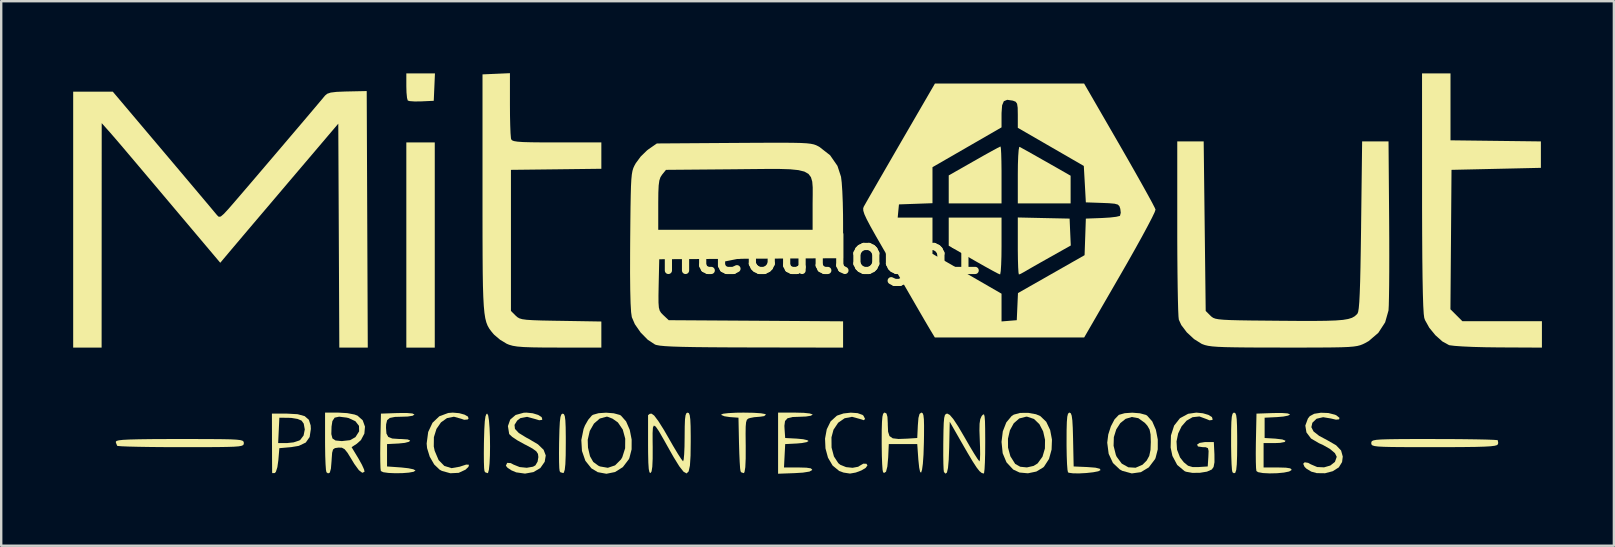
<source format=kicad_pcb>
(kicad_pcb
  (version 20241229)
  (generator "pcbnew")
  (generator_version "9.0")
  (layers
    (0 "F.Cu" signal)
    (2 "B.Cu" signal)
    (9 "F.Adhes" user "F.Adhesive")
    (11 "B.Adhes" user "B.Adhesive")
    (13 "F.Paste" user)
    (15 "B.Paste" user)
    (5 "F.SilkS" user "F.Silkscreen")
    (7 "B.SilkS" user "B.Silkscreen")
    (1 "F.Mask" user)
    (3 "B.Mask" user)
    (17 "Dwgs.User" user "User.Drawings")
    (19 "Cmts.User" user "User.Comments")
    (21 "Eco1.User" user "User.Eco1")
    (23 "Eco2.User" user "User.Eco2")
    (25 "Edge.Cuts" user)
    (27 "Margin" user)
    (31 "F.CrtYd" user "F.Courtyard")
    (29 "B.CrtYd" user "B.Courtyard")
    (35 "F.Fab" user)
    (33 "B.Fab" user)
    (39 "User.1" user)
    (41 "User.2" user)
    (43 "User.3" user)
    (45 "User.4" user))
  (footprint "miteoutlogo1"
    (layer "F.Cu")
    (at 30.522 7.543)
    (property "Reference" "miteoutlogo1" (at 0 0 0) (layer "F.SilkS") (effects (font (size 1.5 1.5) (thickness 0.3))))
    (attr board_only exclude_from_pos_files exclude_from_bom)
    (fp_poly (pts (xy -15.452 -0.381) (xy -15.452 3.895) (xy -16.044 3.895) (xy -16.637 3.895) (xy -16.637 -0.381) (xy -16.637 -4.657) (xy -16.044 -4.657) (xy -15.452 -4.657)) (stroke (width 0) (type solid)) (fill yes) (layer "F.SilkS"))
    (fp_poly (pts (xy -15.469 -6.964) (xy -15.494 -6.392) (xy -16.005 -6.368) (xy -16.287 -6.364) (xy -16.496 -6.379) (xy -16.577 -6.403) (xy -16.608 -6.513) (xy -16.63 -6.741) (xy -16.637 -6.999) (xy -16.637 -7.535) (xy -16.04 -7.535) (xy -15.444 -7.535)) (stroke (width 0) (type solid)) (fill yes) (layer "F.SilkS"))
    (fp_poly (pts (xy 8.143 -4.408) (xy 8.156 -4.189) (xy 8.165 -3.862) (xy 8.17 -3.456) (xy 8.17 -3.302) (xy 8.17 -2.117) (xy 7.07 -2.117) (xy 5.969 -2.117) (xy 5.969 -2.699) (xy 5.969 -3.282) (xy 7.027 -3.884) (xy 7.406 -4.099) (xy 7.732 -4.28) (xy 7.975 -4.412) (xy 8.11 -4.481) (xy 8.128 -4.487)) (stroke (width 0) (type solid)) (fill yes) (layer "F.SilkS"))
    (fp_poly (pts (xy 8.17 -0.339) (xy 8.166 0.087) (xy 8.154 0.445) (xy 8.137 0.704) (xy 8.115 0.835) (xy 8.107 0.844) (xy 8.014 0.804) (xy 7.804 0.693) (xy 7.503 0.527) (xy 7.141 0.322) (xy 7.006 0.245) (xy 5.969 -0.352) (xy 5.969 -0.938) (xy 5.969 -1.524) (xy 7.07 -1.524) (xy 8.17 -1.524)) (stroke (width 0) (type solid)) (fill yes) (layer "F.SilkS"))
    (fp_poly (pts (xy 9.012 -4.423) (xy 9.226 -4.305) (xy 9.529 -4.135) (xy 9.893 -3.928) (xy 10.018 -3.858) (xy 11.049 -3.27) (xy 11.049 -2.693) (xy 11.049 -2.117) (xy 9.948 -2.117) (xy 8.848 -2.117) (xy 8.848 -3.309) (xy 8.852 -3.733) (xy 8.865 -4.087) (xy 8.884 -4.341) (xy 8.908 -4.466) (xy 8.917 -4.473)) (stroke (width 0) (type solid)) (fill yes) (layer "F.SilkS"))
    (fp_poly (pts (xy 9.927 -1.505) (xy 11.007 -1.482) (xy 11.031 -0.921) (xy 11.056 -0.361) (xy 10.185 0.129) (xy 9.822 0.333) (xy 9.499 0.517) (xy 9.251 0.659) (xy 9.126 0.733) (xy 8.969 0.819) (xy 8.893 0.847) (xy 8.877 0.767) (xy 8.863 0.548) (xy 8.853 0.221) (xy 8.848 -0.185) (xy 8.848 -0.341) (xy 8.848 -1.529)) (stroke (width 0) (type solid)) (fill yes) (layer "F.SilkS"))
    (fp_poly (pts (xy -13.225 6.725) (xy -13.192 6.937) (xy -13.168 7.245) (xy -13.153 7.615) (xy -13.148 8.009) (xy -13.153 8.393) (xy -13.169 8.729) (xy -13.195 8.983) (xy -13.232 9.117) (xy -13.245 9.128) (xy -13.35 9.091) (xy -13.38 9.041) (xy -13.395 8.916) (xy -13.404 8.658) (xy -13.407 8.3) (xy -13.403 7.88) (xy -13.401 7.785) (xy -13.387 7.301) (xy -13.367 6.966) (xy -13.338 6.76) (xy -13.298 6.662) (xy -13.266 6.646)) (stroke (width 0) (type solid)) (fill yes) (layer "F.SilkS"))
    (fp_poly (pts (xy 17.914 6.627) (xy 17.95 6.712) (xy 17.972 6.882) (xy 17.985 7.161) (xy 17.991 7.572) (xy 17.992 7.874) (xy 17.988 8.394) (xy 17.975 8.762) (xy 17.951 8.996) (xy 17.911 9.113) (xy 17.854 9.131) (xy 17.794 9.088) (xy 17.774 8.987) (xy 17.757 8.749) (xy 17.745 8.405) (xy 17.738 7.987) (xy 17.738 7.818) (xy 17.74 7.333) (xy 17.749 6.994) (xy 17.767 6.776) (xy 17.797 6.655) (xy 17.841 6.608) (xy 17.865 6.604)) (stroke (width 0) (type solid)) (fill yes) (layer "F.SilkS"))
    (fp_poly (pts (xy -10.067 6.67) (xy -10.032 6.756) (xy -10.009 6.929) (xy -9.996 7.213) (xy -9.991 7.631) (xy -9.991 7.867) (xy -9.995 8.385) (xy -10.009 8.752) (xy -10.034 8.985) (xy -10.072 9.102) (xy -10.096 9.123) (xy -10.215 9.09) (xy -10.247 9.041) (xy -10.262 8.916) (xy -10.271 8.658) (xy -10.274 8.3) (xy -10.27 7.88) (xy -10.268 7.785) (xy -10.256 7.316) (xy -10.239 6.992) (xy -10.214 6.789) (xy -10.178 6.682) (xy -10.127 6.647) (xy -10.118 6.646)) (stroke (width 0) (type solid)) (fill yes) (layer "F.SilkS"))
    (fp_poly (pts (xy 11.057 6.632) (xy 11.094 6.731) (xy 11.121 6.926) (xy 11.139 7.242) (xy 11.152 7.701) (xy 11.152 7.726) (xy 11.176 8.848) (xy 11.753 8.873) (xy 12.086 8.899) (xy 12.263 8.943) (xy 12.297 8.999) (xy 12.203 9.049) (xy 11.991 9.09) (xy 11.712 9.121) (xy 11.416 9.137) (xy 11.155 9.135) (xy 10.979 9.111) (xy 10.94 9.092) (xy 10.919 8.99) (xy 10.9 8.75) (xy 10.887 8.405) (xy 10.88 7.987) (xy 10.88 7.818) (xy 10.882 7.332) (xy 10.892 6.991) (xy 10.91 6.773) (xy 10.94 6.653) (xy 10.985 6.607) (xy 11.004 6.604)) (stroke (width 0) (type solid)) (fill yes) (layer "F.SilkS"))
    (fp_poly (pts (xy -2.162 6.611) (xy -1.855 6.632) (xy -1.681 6.664) (xy -1.651 6.689) (xy -1.724 6.75) (xy -1.884 6.774) (xy -2.14 6.795) (xy -2.311 6.828) (xy -2.39 6.855) (xy -2.444 6.905) (xy -2.477 7.007) (xy -2.493 7.189) (xy -2.497 7.48) (xy -2.493 7.906) (xy -2.492 7.988) (xy -2.493 8.516) (xy -2.509 8.88) (xy -2.542 9.081) (xy -2.573 9.127) (xy -2.681 9.091) (xy -2.708 9.045) (xy -2.726 8.921) (xy -2.743 8.664) (xy -2.759 8.311) (xy -2.771 7.899) (xy -2.772 7.874) (xy -2.794 6.816) (xy -3.154 6.79) (xy -3.374 6.757) (xy -3.501 6.706) (xy -3.514 6.684) (xy -3.434 6.651) (xy -3.217 6.625) (xy -2.893 6.608) (xy -2.582 6.604)) (stroke (width 0) (type solid)) (fill yes) (layer "F.SilkS"))
    (fp_poly (pts (xy -0.073 6.613) (xy 0.175 6.639) (xy 0.291 6.678) (xy 0.296 6.689) (xy 0.22 6.734) (xy 0.021 6.766) (xy -0.191 6.775) (xy -0.54 6.788) (xy -0.75 6.84) (xy -0.854 6.955) (xy -0.88 7.155) (xy -0.873 7.29) (xy -0.847 7.662) (xy -0.36 7.688) (xy -0.098 7.713) (xy 0.078 7.754) (xy 0.127 7.789) (xy 0.05 7.834) (xy -0.149 7.872) (xy -0.36 7.891) (xy -0.847 7.916) (xy -0.872 8.403) (xy -0.897 8.89) (xy -0.294 8.89) (xy 0.037 8.899) (xy 0.221 8.927) (xy 0.278 8.979) (xy 0.275 8.996) (xy 0.167 9.061) (xy -0.109 9.105) (xy -0.451 9.126) (xy -1.143 9.151) (xy -1.143 7.877) (xy -1.143 6.604) (xy -0.423 6.604)) (stroke (width 0) (type solid)) (fill yes) (layer "F.SilkS"))
    (fp_poly (pts (xy -14.432 6.628) (xy -14.21 6.689) (xy -14.069 6.77) (xy -14.044 6.855) (xy -14.082 6.891) (xy -14.226 6.903) (xy -14.344 6.862) (xy -14.653 6.775) (xy -14.943 6.833) (xy -15.193 7.011) (xy -15.381 7.284) (xy -15.488 7.626) (xy -15.493 8.014) (xy -15.456 8.195) (xy -15.292 8.581) (xy -15.054 8.825) (xy -14.753 8.919) (xy -14.403 8.857) (xy -14.376 8.846) (xy -14.14 8.769) (xy -14.026 8.777) (xy -14.047 8.863) (xy -14.17 8.982) (xy -14.455 9.114) (xy -14.803 9.131) (xy -15.153 9.034) (xy -15.248 8.983) (xy -15.476 8.765) (xy -15.661 8.443) (xy -15.772 8.084) (xy -15.79 7.893) (xy -15.726 7.411) (xy -15.546 7.027) (xy -15.262 6.757) (xy -14.89 6.619) (xy -14.699 6.604)) (stroke (width 0) (type solid)) (fill yes) (layer "F.SilkS"))
    (fp_poly (pts (xy -25.336 7.705) (xy -24.746 7.707) (xy -24.291 7.711) (xy -23.953 7.718) (xy -23.715 7.731) (xy -23.559 7.749) (xy -23.468 7.774) (xy -23.425 7.807) (xy -23.411 7.849) (xy -23.41 7.874) (xy -23.415 7.922) (xy -23.441 7.959) (xy -23.507 7.988) (xy -23.629 8.01) (xy -23.825 8.025) (xy -24.113 8.034) (xy -24.51 8.04) (xy -25.034 8.043) (xy -25.703 8.043) (xy -26.021 8.043) (xy -26.67 8.042) (xy -27.263 8.037) (xy -27.78 8.029) (xy -28.201 8.019) (xy -28.503 8.007) (xy -28.666 7.993) (xy -28.688 7.987) (xy -28.741 7.858) (xy -28.744 7.818) (xy -28.716 7.785) (xy -28.622 7.759) (xy -28.446 7.739) (xy -28.172 7.725) (xy -27.787 7.715) (xy -27.273 7.708) (xy -26.615 7.705) (xy -26.077 7.705)) (stroke (width 0) (type solid)) (fill yes) (layer "F.SilkS"))
    (fp_poly (pts (xy 26.839 7.706) (xy 27.431 7.711) (xy 27.948 7.718) (xy 28.367 7.727) (xy 28.668 7.738) (xy 28.83 7.75) (xy 28.851 7.755) (xy 28.871 7.868) (xy 28.856 7.925) (xy 28.818 7.959) (xy 28.722 7.986) (xy 28.552 8.007) (xy 28.29 8.022) (xy 27.922 8.033) (xy 27.429 8.039) (xy 26.797 8.043) (xy 26.195 8.043) (xy 25.462 8.043) (xy 24.88 8.041) (xy 24.432 8.037) (xy 24.101 8.029) (xy 23.869 8.017) (xy 23.719 7.998) (xy 23.632 7.972) (xy 23.592 7.938) (xy 23.58 7.895) (xy 23.58 7.874) (xy 23.585 7.826) (xy 23.611 7.789) (xy 23.676 7.76) (xy 23.798 7.738) (xy 23.994 7.723) (xy 24.282 7.714) (xy 24.679 7.708) (xy 25.203 7.705) (xy 25.872 7.705) (xy 26.19 7.705)) (stroke (width 0) (type solid)) (fill yes) (layer "F.SilkS"))
    (fp_poly (pts (xy 20.09 6.637) (xy 20.191 6.675) (xy 20.193 6.681) (xy 20.116 6.728) (xy 19.915 6.768) (xy 19.664 6.79) (xy 19.135 6.816) (xy 19.135 7.239) (xy 19.135 7.662) (xy 19.579 7.688) (xy 19.874 7.723) (xy 20.005 7.775) (xy 19.973 7.828) (xy 19.781 7.865) (xy 19.558 7.874) (xy 19.092 7.874) (xy 19.092 8.382) (xy 19.092 8.89) (xy 19.692 8.89) (xy 20.022 8.899) (xy 20.204 8.927) (xy 20.26 8.98) (xy 20.257 8.996) (xy 20.158 9.058) (xy 19.939 9.103) (xy 19.652 9.13) (xy 19.344 9.137) (xy 19.065 9.123) (xy 18.864 9.086) (xy 18.793 9.039) (xy 18.778 8.915) (xy 18.769 8.657) (xy 18.766 8.3) (xy 18.77 7.88) (xy 18.772 7.785) (xy 18.796 6.646) (xy 19.494 6.622) (xy 19.85 6.619)) (stroke (width 0) (type solid)) (fill yes) (layer "F.SilkS"))
    (fp_poly (pts (xy 2.171 6.626) (xy 2.376 6.699) (xy 2.415 6.733) (xy 2.484 6.87) (xy 2.423 6.92) (xy 2.256 6.865) (xy 1.939 6.779) (xy 1.631 6.839) (xy 1.362 7.025) (xy 1.167 7.316) (xy 1.082 7.634) (xy 1.086 8.059) (xy 1.185 8.432) (xy 1.365 8.709) (xy 1.451 8.779) (xy 1.691 8.876) (xy 1.962 8.904) (xy 2.193 8.861) (xy 2.272 8.811) (xy 2.41 8.732) (xy 2.538 8.735) (xy 2.582 8.803) (xy 2.509 8.906) (xy 2.327 9.015) (xy 2.094 9.102) (xy 1.868 9.142) (xy 1.846 9.143) (xy 1.585 9.103) (xy 1.405 9.037) (xy 1.129 8.81) (xy 0.937 8.483) (xy 0.832 8.095) (xy 0.814 7.687) (xy 0.886 7.298) (xy 1.048 6.968) (xy 1.302 6.737) (xy 1.324 6.725) (xy 1.584 6.639) (xy 1.887 6.606)) (stroke (width 0) (type solid)) (fill yes) (layer "F.SilkS"))
    (fp_poly (pts (xy 26.882 -6.14) (xy 26.882 -4.745) (xy 28.765 -4.722) (xy 30.649 -4.699) (xy 30.649 -4.149) (xy 30.649 -3.598) (xy 28.787 -3.556) (xy 26.924 -3.514) (xy 26.902 -0.608) (xy 26.879 2.297) (xy 27.128 2.545) (xy 27.377 2.794) (xy 29.034 2.794) (xy 30.692 2.794) (xy 30.692 3.344) (xy 30.692 3.895) (xy 28.892 3.886) (xy 28.338 3.879) (xy 27.826 3.866) (xy 27.386 3.846) (xy 27.05 3.822) (xy 26.845 3.796) (xy 26.817 3.789) (xy 26.542 3.637) (xy 26.253 3.379) (xy 25.997 3.066) (xy 25.82 2.748) (xy 25.788 2.655) (xy 25.766 2.485) (xy 25.746 2.147) (xy 25.73 1.644) (xy 25.717 0.979) (xy 25.707 0.152) (xy 25.701 -0.834) (xy 25.697 -1.977) (xy 25.697 -2.604) (xy 25.696 -7.535) (xy 26.289 -7.535) (xy 26.882 -7.535)) (stroke (width 0) (type solid)) (fill yes) (layer "F.SilkS"))
    (fp_poly (pts (xy -21.169 6.67) (xy -20.875 6.75) (xy -20.7 6.902) (xy -20.624 7.138) (xy -20.616 7.285) (xy -20.667 7.622) (xy -20.829 7.852) (xy -21.12 7.99) (xy -21.433 8.042) (xy -21.929 8.086) (xy -21.971 8.587) (xy -22.012 8.879) (xy -22.073 9.071) (xy -22.119 9.123) (xy -22.218 9.126) (xy -22.229 9.109) (xy -22.23 9.011) (xy -22.232 8.775) (xy -22.234 8.433) (xy -22.235 8.017) (xy -22.236 7.874) (xy -21.979 7.874) (xy -21.613 7.874) (xy -21.336 7.844) (xy -21.103 7.768) (xy -21.059 7.742) (xy -20.919 7.557) (xy -20.869 7.306) (xy -20.913 7.063) (xy -21.004 6.937) (xy -21.168 6.868) (xy -21.421 6.826) (xy -21.534 6.821) (xy -21.929 6.816) (xy -21.954 7.345) (xy -21.979 7.874) (xy -22.236 7.874) (xy -22.236 7.853) (xy -22.239 6.646) (xy -21.606 6.646)) (stroke (width 0) (type solid)) (fill yes) (layer "F.SilkS"))
    (fp_poly (pts (xy -16.383 6.64) (xy -16.298 6.684) (xy -16.298 6.685) (xy -16.376 6.735) (xy -16.579 6.767) (xy -16.757 6.773) (xy -17.109 6.783) (xy -17.325 6.825) (xy -17.438 6.92) (xy -17.479 7.091) (xy -17.484 7.239) (xy -17.466 7.476) (xy -17.39 7.617) (xy -17.222 7.684) (xy -16.927 7.704) (xy -16.842 7.705) (xy -16.582 7.722) (xy -16.478 7.765) (xy -16.52 7.817) (xy -16.7 7.865) (xy -16.954 7.891) (xy -17.441 7.916) (xy -17.441 8.382) (xy -17.441 8.848) (xy -16.849 8.89) (xy -16.557 8.922) (xy -16.345 8.966) (xy -16.256 9.014) (xy -16.256 9.017) (xy -16.333 9.069) (xy -16.531 9.105) (xy -16.803 9.126) (xy -17.104 9.13) (xy -17.384 9.118) (xy -17.598 9.088) (xy -17.698 9.039) (xy -17.699 9.037) (xy -17.714 8.914) (xy -17.722 8.657) (xy -17.725 8.3) (xy -17.721 7.88) (xy -17.719 7.785) (xy -17.695 6.646) (xy -16.997 6.622) (xy -16.621 6.619)) (stroke (width 0) (type solid)) (fill yes) (layer "F.SilkS"))
    (fp_poly (pts (xy 9.605 6.672) (xy 9.785 6.748) (xy 10.033 6.986) (xy 10.196 7.328) (xy 10.272 7.729) (xy 10.256 8.146) (xy 10.148 8.536) (xy 9.944 8.852) (xy 9.909 8.887) (xy 9.621 9.06) (xy 9.27 9.133) (xy 8.921 9.101) (xy 8.655 8.976) (xy 8.376 8.675) (xy 8.218 8.298) (xy 8.17 7.825) (xy 8.186 7.691) (xy 8.438 7.691) (xy 8.441 8.064) (xy 8.539 8.425) (xy 8.738 8.74) (xy 8.74 8.742) (xy 8.948 8.86) (xy 9.227 8.888) (xy 9.507 8.825) (xy 9.675 8.72) (xy 9.878 8.439) (xy 9.978 8.099) (xy 9.983 7.736) (xy 9.904 7.386) (xy 9.747 7.085) (xy 9.523 6.869) (xy 9.241 6.775) (xy 9.198 6.773) (xy 8.907 6.848) (xy 8.679 7.049) (xy 8.519 7.341) (xy 8.438 7.691) (xy 8.186 7.691) (xy 8.223 7.386) (xy 8.368 7.014) (xy 8.589 6.748) (xy 8.68 6.688) (xy 8.942 6.617) (xy 9.277 6.613)) (stroke (width 0) (type solid)) (fill yes) (layer "F.SilkS"))
    (fp_poly (pts (xy 21.791 6.621) (xy 22.069 6.692) (xy 22.131 6.722) (xy 22.255 6.822) (xy 22.239 6.885) (xy 22.108 6.898) (xy 21.895 6.848) (xy 21.573 6.795) (xy 21.3 6.859) (xy 21.125 7.026) (xy 21.083 7.211) (xy 21.173 7.388) (xy 21.406 7.572) (xy 21.751 7.756) (xy 22.113 7.964) (xy 22.322 8.183) (xy 22.392 8.436) (xy 22.363 8.665) (xy 22.227 8.886) (xy 21.975 9.046) (xy 21.653 9.131) (xy 21.306 9.126) (xy 21.079 9.063) (xy 20.885 8.946) (xy 20.8 8.865) (xy 20.742 8.735) (xy 20.805 8.674) (xy 20.951 8.698) (xy 21.058 8.758) (xy 21.325 8.872) (xy 21.612 8.885) (xy 21.874 8.809) (xy 22.065 8.659) (xy 22.14 8.447) (xy 22.14 8.445) (xy 22.065 8.293) (xy 21.86 8.119) (xy 21.56 7.949) (xy 21.397 7.877) (xy 21.069 7.683) (xy 20.878 7.429) (xy 20.831 7.144) (xy 20.938 6.853) (xy 21.017 6.752) (xy 21.2 6.653) (xy 21.48 6.609)) (stroke (width 0) (type solid)) (fill yes) (layer "F.SilkS"))
    (fp_poly (pts (xy -7.993 6.632) (xy -7.743 6.699) (xy -7.692 6.728) (xy -7.478 6.97) (xy -7.326 7.32) (xy -7.246 7.726) (xy -7.248 8.137) (xy -7.341 8.499) (xy -7.364 8.548) (xy -7.613 8.875) (xy -7.937 9.08) (xy -8.298 9.153) (xy -8.66 9.086) (xy -8.923 8.927) (xy -9.175 8.611) (xy -9.317 8.203) (xy -9.344 7.746) (xy -9.342 7.737) (xy -9.077 7.737) (xy -9.066 8.063) (xy -8.981 8.424) (xy -8.846 8.661) (xy -8.636 8.815) (xy -8.567 8.847) (xy -8.239 8.904) (xy -7.938 8.803) (xy -7.691 8.556) (xy -7.636 8.462) (xy -7.518 8.091) (xy -7.514 7.688) (xy -7.616 7.311) (xy -7.816 7.018) (xy -7.829 7.006) (xy -8.043 6.856) (xy -8.248 6.777) (xy -8.287 6.773) (xy -8.575 6.851) (xy -8.817 7.061) (xy -8.992 7.368) (xy -9.077 7.737) (xy -9.342 7.737) (xy -9.249 7.283) (xy -9.192 7.14) (xy -9.057 6.903) (xy -8.909 6.73) (xy -8.86 6.695) (xy -8.625 6.628) (xy -8.311 6.607)) (stroke (width 0) (type solid)) (fill yes) (layer "F.SilkS"))
    (fp_poly (pts (xy 4.881 6.627) (xy 4.914 6.711) (xy 4.934 6.881) (xy 4.941 7.159) (xy 4.939 7.57) (xy 4.934 7.853) (xy 4.918 8.354) (xy 4.891 8.736) (xy 4.856 8.989) (xy 4.818 9.105) (xy 4.777 9.077) (xy 4.738 8.897) (xy 4.702 8.556) (xy 4.699 8.509) (xy 4.657 7.916) (xy 4.064 7.916) (xy 3.471 7.916) (xy 3.446 8.467) (xy 3.412 8.85) (xy 3.356 9.067) (xy 3.276 9.118) (xy 3.233 9.089) (xy 3.212 8.988) (xy 3.195 8.749) (xy 3.182 8.405) (xy 3.176 7.987) (xy 3.175 7.818) (xy 3.177 7.333) (xy 3.187 6.994) (xy 3.205 6.776) (xy 3.234 6.655) (xy 3.278 6.608) (xy 3.302 6.604) (xy 3.376 6.643) (xy 3.415 6.782) (xy 3.429 7.052) (xy 3.429 7.11) (xy 3.442 7.401) (xy 3.5 7.581) (xy 3.636 7.675) (xy 3.879 7.703) (xy 4.239 7.689) (xy 4.657 7.662) (xy 4.682 7.133) (xy 4.707 6.826) (xy 4.752 6.659) (xy 4.824 6.604) (xy 4.832 6.604)) (stroke (width 0) (type solid)) (fill yes) (layer "F.SilkS"))
    (fp_poly (pts (xy 13.936 6.632) (xy 14.186 6.699) (xy 14.236 6.728) (xy 14.451 6.97) (xy 14.603 7.32) (xy 14.682 7.726) (xy 14.681 8.137) (xy 14.588 8.499) (xy 14.564 8.548) (xy 14.307 8.887) (xy 13.976 9.086) (xy 13.599 9.138) (xy 13.208 9.033) (xy 13.097 8.972) (xy 12.813 8.703) (xy 12.635 8.32) (xy 12.592 7.987) (xy 12.84 7.987) (xy 12.934 8.365) (xy 12.968 8.443) (xy 13.18 8.729) (xy 13.455 8.883) (xy 13.757 8.901) (xy 14.045 8.777) (xy 14.218 8.604) (xy 14.326 8.409) (xy 14.379 8.158) (xy 14.392 7.829) (xy 14.382 7.517) (xy 14.341 7.313) (xy 14.251 7.154) (xy 14.143 7.031) (xy 13.872 6.836) (xy 13.599 6.787) (xy 13.343 6.863) (xy 13.12 7.042) (xy 12.951 7.304) (xy 12.851 7.626) (xy 12.84 7.987) (xy 12.592 7.987) (xy 12.575 7.856) (xy 12.618 7.516) (xy 12.728 7.174) (xy 12.88 6.885) (xy 13.053 6.704) (xy 13.068 6.695) (xy 13.304 6.628) (xy 13.618 6.607)) (stroke (width 0) (type solid)) (fill yes) (layer "F.SilkS"))
    (fp_poly (pts (xy 16.561 6.631) (xy 16.79 6.698) (xy 16.939 6.789) (xy 16.969 6.885) (xy 16.951 6.911) (xy 16.836 6.925) (xy 16.719 6.876) (xy 16.416 6.764) (xy 16.131 6.795) (xy 15.879 6.941) (xy 15.675 7.176) (xy 15.531 7.474) (xy 15.463 7.806) (xy 15.484 8.148) (xy 15.609 8.472) (xy 15.766 8.673) (xy 15.944 8.818) (xy 16.136 8.874) (xy 16.377 8.873) (xy 16.764 8.848) (xy 16.79 8.445) (xy 16.8 8.203) (xy 16.772 8.085) (xy 16.68 8.047) (xy 16.55 8.043) (xy 16.357 8.015) (xy 16.32 7.937) (xy 16.422 7.867) (xy 16.634 7.833) (xy 16.686 7.832) (xy 17.018 7.832) (xy 17.043 8.347) (xy 17.045 8.672) (xy 17.008 8.87) (xy 16.934 8.974) (xy 16.732 9.064) (xy 16.437 9.112) (xy 16.122 9.115) (xy 15.859 9.068) (xy 15.798 9.042) (xy 15.491 8.784) (xy 15.291 8.408) (xy 15.218 8.06) (xy 15.231 7.556) (xy 15.364 7.143) (xy 15.607 6.837) (xy 15.947 6.653) (xy 16.289 6.604)) (stroke (width 0) (type solid)) (fill yes) (layer "F.SilkS"))
    (fp_poly (pts (xy -11.37 6.631) (xy -11.146 6.699) (xy -10.999 6.79) (xy -10.969 6.884) (xy -10.985 6.907) (xy -11.1 6.922) (xy -11.264 6.872) (xy -11.604 6.78) (xy -11.884 6.834) (xy -12.017 6.936) (xy -12.128 7.115) (xy -12.11 7.282) (xy -11.951 7.452) (xy -11.641 7.643) (xy -11.541 7.695) (xy -11.15 7.927) (xy -10.916 8.153) (xy -10.826 8.389) (xy -10.87 8.653) (xy -10.87 8.654) (xy -11.053 8.915) (xy -11.34 9.083) (xy -11.69 9.146) (xy -12.058 9.094) (xy -12.255 9.011) (xy -12.418 8.903) (xy -12.488 8.818) (xy -12.488 8.817) (xy -12.434 8.698) (xy -12.286 8.708) (xy -12.168 8.771) (xy -11.914 8.873) (xy -11.618 8.903) (xy -11.357 8.858) (xy -11.258 8.803) (xy -11.166 8.647) (xy -11.134 8.457) (xy -11.15 8.325) (xy -11.221 8.216) (xy -11.378 8.102) (xy -11.653 7.953) (xy -11.716 7.922) (xy -12.002 7.764) (xy -12.225 7.615) (xy -12.344 7.503) (xy -12.351 7.49) (xy -12.403 7.165) (xy -12.307 6.895) (xy -12.082 6.702) (xy -11.745 6.609) (xy -11.631 6.604)) (stroke (width 0) (type solid)) (fill yes) (layer "F.SilkS"))
    (fp_poly (pts (xy 6.015 6.702) (xy 6.163 6.876) (xy 6.363 7.18) (xy 6.626 7.627) (xy 6.633 7.64) (xy 6.843 8.004) (xy 7.026 8.309) (xy 7.165 8.526) (xy 7.243 8.63) (xy 7.251 8.635) (xy 7.27 8.557) (xy 7.278 8.345) (xy 7.274 8.034) (xy 7.264 7.768) (xy 7.249 7.35) (xy 7.255 7.065) (xy 7.283 6.879) (xy 7.337 6.756) (xy 7.355 6.731) (xy 7.406 6.679) (xy 7.442 6.685) (xy 7.465 6.772) (xy 7.48 6.96) (xy 7.487 7.27) (xy 7.49 7.723) (xy 7.49 7.853) (xy 7.487 8.299) (xy 7.477 8.678) (xy 7.462 8.961) (xy 7.442 9.119) (xy 7.429 9.143) (xy 7.345 9.12) (xy 7.25 9.042) (xy 7.129 8.887) (xy 6.966 8.636) (xy 6.747 8.268) (xy 6.593 8.001) (xy 6.011 6.985) (xy 5.988 8.064) (xy 5.969 8.567) (xy 5.939 8.91) (xy 5.895 9.101) (xy 5.836 9.148) (xy 5.769 9.079) (xy 5.756 8.974) (xy 5.746 8.733) (xy 5.741 8.388) (xy 5.742 7.972) (xy 5.743 7.83) (xy 5.75 7.36) (xy 5.761 7.033) (xy 5.78 6.824) (xy 5.81 6.708) (xy 5.855 6.657) (xy 5.913 6.646)) (stroke (width 0) (type solid)) (fill yes) (layer "F.SilkS"))
    (fp_poly (pts (xy -4.86 6.627) (xy -4.825 6.714) (xy -4.802 6.886) (xy -4.789 7.17) (xy -4.784 7.588) (xy -4.784 7.827) (xy -4.791 8.401) (xy -4.817 8.809) (xy -4.87 9.054) (xy -4.956 9.139) (xy -5.084 9.067) (xy -5.261 8.841) (xy -5.494 8.464) (xy -5.657 8.177) (xy -5.922 7.705) (xy -6.112 7.376) (xy -6.241 7.189) (xy -6.32 7.141) (xy -6.36 7.23) (xy -6.373 7.454) (xy -6.372 7.81) (xy -6.369 8.038) (xy -6.37 8.525) (xy -6.385 8.858) (xy -6.415 9.053) (xy -6.46 9.124) (xy -6.503 9.093) (xy -6.533 8.954) (xy -6.551 8.691) (xy -6.56 8.287) (xy -6.562 7.966) (xy -6.562 7.532) (xy -6.562 7.159) (xy -6.562 6.88) (xy -6.562 6.727) (xy -6.562 6.71) (xy -6.492 6.655) (xy -6.42 6.646) (xy -6.31 6.723) (xy -6.137 6.951) (xy -5.902 7.324) (xy -5.721 7.637) (xy -5.512 8.002) (xy -5.329 8.307) (xy -5.189 8.524) (xy -5.11 8.627) (xy -5.101 8.632) (xy -5.077 8.554) (xy -5.057 8.34) (xy -5.043 8.021) (xy -5.038 7.631) (xy -5.038 7.62) (xy -5.034 7.182) (xy -5.023 6.887) (xy -4.999 6.71) (xy -4.961 6.624) (xy -4.911 6.604)) (stroke (width 0) (type solid)) (fill yes) (layer "F.SilkS"))
    (fp_poly (pts (xy -19.102 6.625) (xy -18.797 6.683) (xy -18.672 6.73) (xy -18.455 6.924) (xy -18.36 7.189) (xy -18.386 7.48) (xy -18.53 7.75) (xy -18.701 7.902) (xy -18.918 8.044) (xy -18.628 8.524) (xy -18.487 8.778) (xy -18.398 8.975) (xy -18.38 9.071) (xy -18.473 9.112) (xy -18.614 9.004) (xy -18.805 8.742) (xy -18.923 8.547) (xy -19.088 8.278) (xy -19.21 8.128) (xy -19.323 8.066) (xy -19.464 8.062) (xy -19.473 8.063) (xy -19.612 8.083) (xy -19.691 8.14) (xy -19.729 8.275) (xy -19.748 8.527) (xy -19.753 8.615) (xy -19.78 8.938) (xy -19.827 9.107) (xy -19.901 9.137) (xy -19.967 9.088) (xy -19.987 8.987) (xy -20.004 8.749) (xy -20.017 8.405) (xy -20.023 7.987) (xy -20.024 7.818) (xy -20.024 7.499) (xy -19.763 7.499) (xy -19.716 7.681) (xy -19.587 7.766) (xy -19.351 7.789) (xy -19.307 7.789) (xy -18.98 7.752) (xy -18.763 7.629) (xy -18.754 7.62) (xy -18.604 7.384) (xy -18.61 7.156) (xy -18.76 6.962) (xy -19.042 6.831) (xy -19.129 6.811) (xy -19.439 6.773) (xy -19.624 6.814) (xy -19.719 6.957) (xy -19.754 7.186) (xy -19.763 7.499) (xy -20.024 7.499) (xy -20.024 6.604) (xy -19.469 6.604)) (stroke (width 0) (type solid)) (fill yes) (layer "F.SilkS"))
    (fp_poly (pts (xy -12.319 -6.234) (xy -12.316 -5.771) (xy -12.307 -5.363) (xy -12.294 -5.04) (xy -12.277 -4.838) (xy -12.268 -4.791) (xy -12.232 -4.746) (xy -12.151 -4.713) (xy -12.003 -4.689) (xy -11.767 -4.672) (xy -11.424 -4.663) (xy -10.951 -4.658) (xy -10.363 -4.657) (xy -8.509 -4.657) (xy -8.509 -4.108) (xy -8.509 -3.559) (xy -10.393 -3.536) (xy -12.277 -3.514) (xy -12.277 -0.574) (xy -12.277 2.366) (xy -12.084 2.559) (xy -12.011 2.625) (xy -11.927 2.674) (xy -11.806 2.71) (xy -11.624 2.735) (xy -11.357 2.752) (xy -10.98 2.765) (xy -10.469 2.775) (xy -10.2 2.779) (xy -8.509 2.807) (xy -8.509 3.351) (xy -8.509 3.895) (xy -10.308 3.893) (xy -10.924 3.891) (xy -11.395 3.884) (xy -11.748 3.871) (xy -12.008 3.85) (xy -12.201 3.819) (xy -12.351 3.776) (xy -12.45 3.736) (xy -12.726 3.57) (xy -12.974 3.36) (xy -13.014 3.316) (xy -13.105 3.206) (xy -13.182 3.1) (xy -13.248 2.984) (xy -13.302 2.845) (xy -13.347 2.669) (xy -13.382 2.442) (xy -13.409 2.151) (xy -13.429 1.783) (xy -13.444 1.324) (xy -13.453 0.76) (xy -13.458 0.078) (xy -13.461 -0.736) (xy -13.462 -1.696) (xy -13.462 -2.54) (xy -13.462 -7.493) (xy -12.89 -7.518) (xy -12.319 -7.543)) (stroke (width 0) (type solid)) (fill yes) (layer "F.SilkS"))
    (fp_poly (pts (xy -18.266 -1.451) (xy -18.244 3.895) (xy -18.837 3.895) (xy -19.43 3.895) (xy -19.451 -0.772) (xy -19.473 -5.439) (xy -20.574 -4.143) (xy -21.006 -3.635) (xy -21.491 -3.065) (xy -21.983 -2.485) (xy -22.438 -1.949) (xy -22.691 -1.652) (xy -23.042 -1.239) (xy -23.381 -0.839) (xy -23.682 -0.483) (xy -23.92 -0.202) (xy -24.049 -0.049) (xy -24.392 0.359) (xy -25.912 -1.443) (xy -26.549 -2.198) (xy -27.087 -2.836) (xy -27.536 -3.367) (xy -27.904 -3.803) (xy -28.202 -4.155) (xy -28.439 -4.435) (xy -28.626 -4.654) (xy -28.771 -4.823) (xy -28.885 -4.955) (xy -28.977 -5.061) (xy -29.057 -5.151) (xy -29.06 -5.154) (xy -29.333 -5.461) (xy -29.335 -0.783) (xy -29.337 3.895) (xy -29.93 3.895) (xy -30.522 3.895) (xy -30.522 -1.439) (xy -30.522 -6.773) (xy -29.697 -6.773) (xy -28.871 -6.773) (xy -26.755 -4.27) (xy -26.28 -3.708) (xy -25.837 -3.183) (xy -25.438 -2.71) (xy -25.095 -2.303) (xy -24.821 -1.978) (xy -24.63 -1.749) (xy -24.532 -1.632) (xy -24.526 -1.624) (xy -24.453 -1.557) (xy -24.369 -1.57) (xy -24.241 -1.679) (xy -24.071 -1.863) (xy -23.953 -1.997) (xy -23.743 -2.24) (xy -23.456 -2.574) (xy -23.109 -2.979) (xy -22.719 -3.436) (xy -22.302 -3.925) (xy -21.874 -4.427) (xy -21.453 -4.922) (xy -21.054 -5.391) (xy -20.694 -5.815) (xy -20.39 -6.175) (xy -20.158 -6.45) (xy -20.024 -6.611) (xy -19.933 -6.686) (xy -19.786 -6.735) (xy -19.547 -6.764) (xy -19.182 -6.779) (xy -19.092 -6.781) (xy -18.288 -6.798)) (stroke (width 0) (type solid)) (fill yes) (layer "F.SilkS"))
    (fp_poly (pts (xy 16.637 -1.166) (xy 16.679 2.366) (xy 16.872 2.559) (xy 16.929 2.612) (xy 16.994 2.655) (xy 17.085 2.689) (xy 17.221 2.714) (xy 17.421 2.733) (xy 17.703 2.747) (xy 18.085 2.757) (xy 18.588 2.765) (xy 19.228 2.771) (xy 19.746 2.776) (xy 20.543 2.782) (xy 21.189 2.783) (xy 21.701 2.777) (xy 22.098 2.763) (xy 22.398 2.739) (xy 22.617 2.702) (xy 22.775 2.653) (xy 22.89 2.588) (xy 22.979 2.507) (xy 23.005 2.476) (xy 23.034 2.401) (xy 23.059 2.244) (xy 23.081 1.991) (xy 23.099 1.631) (xy 23.116 1.151) (xy 23.13 0.54) (xy 23.143 -0.216) (xy 23.156 -1.128) (xy 23.156 -1.177) (xy 23.199 -4.699) (xy 23.749 -4.699) (xy 24.299 -4.699) (xy 24.325 -1.397) (xy 24.329 -0.646) (xy 24.33 0.069) (xy 24.329 0.725) (xy 24.325 1.301) (xy 24.318 1.776) (xy 24.31 2.127) (xy 24.299 2.334) (xy 24.297 2.351) (xy 24.158 2.841) (xy 23.876 3.276) (xy 23.479 3.618) (xy 23.328 3.704) (xy 23.225 3.754) (xy 23.121 3.794) (xy 22.999 3.826) (xy 22.84 3.85) (xy 22.625 3.868) (xy 22.336 3.88) (xy 21.955 3.887) (xy 21.464 3.891) (xy 20.844 3.893) (xy 20.076 3.893) (xy 19.9 3.893) (xy 19.091 3.892) (xy 18.433 3.889) (xy 17.908 3.883) (xy 17.499 3.875) (xy 17.186 3.862) (xy 16.952 3.844) (xy 16.779 3.82) (xy 16.648 3.789) (xy 16.542 3.751) (xy 16.509 3.737) (xy 16.192 3.538) (xy 15.892 3.259) (xy 15.66 2.953) (xy 15.559 2.729) (xy 15.545 2.597) (xy 15.532 2.314) (xy 15.521 1.9) (xy 15.511 1.373) (xy 15.503 0.753) (xy 15.497 0.057) (xy 15.494 -0.694) (xy 15.494 -1.101) (xy 15.494 -4.699) (xy 16.044 -4.699) (xy 16.595 -4.699)) (stroke (width 0) (type solid)) (fill yes) (layer "F.SilkS"))
    (fp_poly (pts (xy -0.518 -4.641) (xy -0.197 -4.634) (xy 0.042 -4.621) (xy 0.217 -4.601) (xy 0.344 -4.575) (xy 0.442 -4.541) (xy 0.528 -4.498) (xy 0.585 -4.466) (xy 1.025 -4.122) (xy 1.331 -3.68) (xy 1.48 -3.226) (xy 1.509 -2.987) (xy 1.534 -2.619) (xy 1.553 -2.16) (xy 1.564 -1.651) (xy 1.566 -1.302) (xy 1.566 0.168) (xy -2.265 0.19) (xy -6.096 0.212) (xy -6.12 1.274) (xy -6.128 1.715) (xy -6.127 2.02) (xy -6.112 2.222) (xy -6.077 2.353) (xy -6.018 2.448) (xy -5.928 2.539) (xy -5.922 2.544) (xy -5.702 2.752) (xy -2.068 2.775) (xy 1.566 2.799) (xy 1.566 3.347) (xy 1.566 3.895) (xy -2.223 3.888) (xy -3.173 3.885) (xy -3.967 3.88) (xy -4.618 3.873) (xy -5.141 3.863) (xy -5.549 3.85) (xy -5.854 3.833) (xy -6.071 3.812) (xy -6.212 3.786) (xy -6.271 3.767) (xy -6.574 3.568) (xy -6.871 3.266) (xy -7.112 2.92) (xy -7.239 2.626) (xy -7.269 2.416) (xy -7.291 2.038) (xy -7.305 1.493) (xy -7.312 0.783) (xy -7.31 -0.092) (xy -7.307 -0.575) (xy -7.3 -1.345) (xy -7.293 -1.965) (xy -7.291 -2.065) (xy -6.138 -2.065) (xy -6.138 -1.016) (xy -2.921 -1.016) (xy 0.296 -1.016) (xy 0.296 -2.111) (xy 0.3 -2.48) (xy 0.3 -2.782) (xy 0.281 -3.022) (xy 0.227 -3.207) (xy 0.124 -3.345) (xy -0.045 -3.441) (xy -0.296 -3.503) (xy -0.643 -3.538) (xy -1.103 -3.552) (xy -1.691 -3.551) (xy -2.422 -3.544) (xy -2.986 -3.538) (xy -5.815 -3.514) (xy -5.977 -3.314) (xy -6.046 -3.207) (xy -6.092 -3.068) (xy -6.12 -2.863) (xy -6.134 -2.559) (xy -6.138 -2.123) (xy -6.138 -2.065) (xy -7.291 -2.065) (xy -7.284 -2.453) (xy -7.274 -2.829) (xy -7.259 -3.111) (xy -7.239 -3.319) (xy -7.212 -3.472) (xy -7.177 -3.588) (xy -7.132 -3.686) (xy -7.077 -3.785) (xy -7.076 -3.788) (xy -6.87 -4.067) (xy -6.609 -4.322) (xy -6.533 -4.38) (xy -6.195 -4.614) (xy -2.971 -4.636) (xy -2.147 -4.641) (xy -1.476 -4.644) (xy -0.938 -4.645)) (stroke (width 0) (type solid)) (fill yes) (layer "F.SilkS"))
    (fp_poly (pts (xy 13.087 -4.558) (xy 13.433 -3.956) (xy 13.752 -3.395) (xy 14.034 -2.895) (xy 14.268 -2.473) (xy 14.446 -2.147) (xy 14.555 -1.935) (xy 14.588 -1.858) (xy 14.553 -1.753) (xy 14.442 -1.52) (xy 14.263 -1.176) (xy 14.028 -0.739) (xy 13.744 -0.227) (xy 13.422 0.343) (xy 13.114 0.879) (xy 11.615 3.471) (xy 8.502 3.471) (xy 5.39 3.471) (xy 5.223 3.196) (xy 5.111 3.007) (xy 4.941 2.717) (xy 4.739 2.369) (xy 4.593 2.117) (xy 4.402 1.786) (xy 4.149 1.348) (xy 3.856 0.841) (xy 3.545 0.304) (xy 3.239 -0.224) (xy 3.23 -0.24) (xy 2.928 -0.764) (xy 2.705 -1.163) (xy 2.55 -1.457) (xy 2.519 -1.524) (xy 3.842 -1.524) (xy 4.567 -1.524) (xy 5.292 -1.524) (xy 5.292 -0.769) (xy 5.292 -0.014) (xy 6.731 0.817) (xy 8.17 1.648) (xy 8.17 2.226) (xy 8.17 2.804) (xy 8.488 2.778) (xy 8.805 2.752) (xy 8.83 2.187) (xy 8.855 1.622) (xy 10.243 0.832) (xy 11.631 0.042) (xy 11.658 -0.72) (xy 11.684 -1.482) (xy 12.361 -1.507) (xy 12.687 -1.527) (xy 12.946 -1.557) (xy 13.093 -1.592) (xy 13.107 -1.6) (xy 13.139 -1.725) (xy 13.12 -1.889) (xy 13.083 -1.999) (xy 13.017 -2.066) (xy 12.882 -2.103) (xy 12.644 -2.124) (xy 12.374 -2.135) (xy 11.684 -2.159) (xy 11.642 -2.918) (xy 11.599 -3.677) (xy 10.223 -4.472) (xy 8.848 -5.266) (xy 8.848 -5.807) (xy 8.843 -6.102) (xy 8.818 -6.27) (xy 8.757 -6.354) (xy 8.646 -6.397) (xy 8.636 -6.4) (xy 8.407 -6.433) (xy 8.266 -6.375) (xy 8.194 -6.203) (xy 8.171 -5.893) (xy 8.17 -5.82) (xy 8.17 -5.285) (xy 6.731 -4.455) (xy 5.292 -3.625) (xy 5.292 -2.874) (xy 5.292 -2.124) (xy 4.593 -2.099) (xy 3.895 -2.074) (xy 3.868 -1.799) (xy 3.842 -1.524) (xy 2.519 -1.524) (xy 2.454 -1.666) (xy 2.409 -1.81) (xy 2.404 -1.909) (xy 2.426 -1.976) (xy 2.491 -2.091) (xy 2.629 -2.334) (xy 2.832 -2.687) (xy 3.087 -3.13) (xy 3.385 -3.645) (xy 3.714 -4.214) (xy 3.958 -4.636) (xy 5.395 -7.112) (xy 8.503 -7.112) (xy 11.611 -7.112)) (stroke (width 0) (type solid)) (fill yes) (layer "F.SilkS")))
  (gr_rect
    (start -3 -3)
    (end 64.214 19.696)
    (stroke (width 0.1) (type default))
    (fill no)
    (layer "Edge.Cuts")))
</source>
